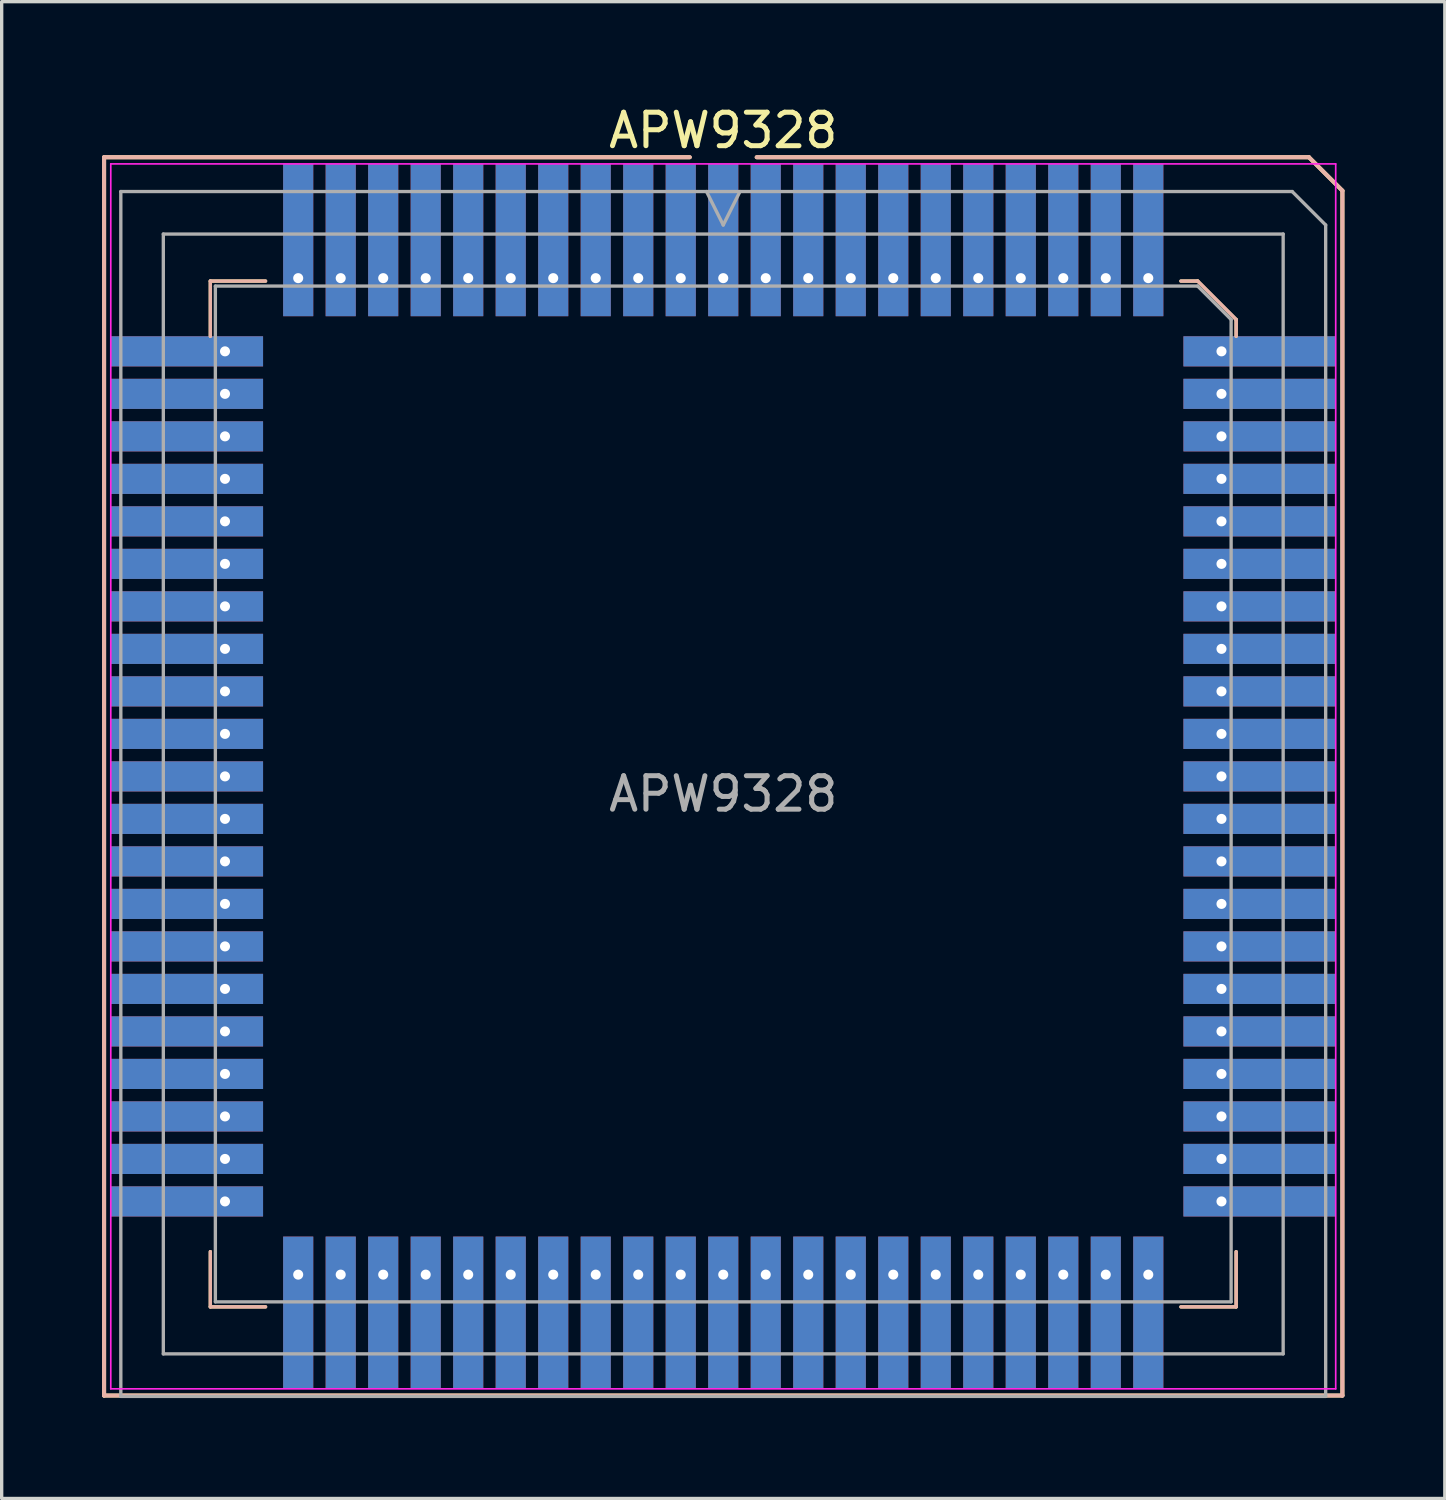
<source format=kicad_pcb>
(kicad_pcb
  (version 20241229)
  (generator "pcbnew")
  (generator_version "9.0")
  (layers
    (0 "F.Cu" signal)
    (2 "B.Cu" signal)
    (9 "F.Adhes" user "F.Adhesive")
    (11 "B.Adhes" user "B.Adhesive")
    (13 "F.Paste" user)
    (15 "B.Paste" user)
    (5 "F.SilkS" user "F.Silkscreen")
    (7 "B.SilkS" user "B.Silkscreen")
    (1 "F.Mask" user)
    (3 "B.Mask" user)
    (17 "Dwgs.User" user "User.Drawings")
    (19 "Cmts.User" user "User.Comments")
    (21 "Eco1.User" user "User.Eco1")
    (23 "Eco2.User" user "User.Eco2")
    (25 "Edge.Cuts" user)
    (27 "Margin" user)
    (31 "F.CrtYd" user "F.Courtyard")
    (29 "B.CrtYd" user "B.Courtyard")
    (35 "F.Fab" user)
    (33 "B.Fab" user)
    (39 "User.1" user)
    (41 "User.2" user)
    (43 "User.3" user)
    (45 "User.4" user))
  (footprint "APW9328"
    (layer "F.Cu")
    (at 18.56 20.148)
    (property "Reference" "APW9328" (at 0 -19.3 180) (layer "F.SilkS") (effects (font (size 1 1) (thickness 0.15))))
    (attr smd)
    (fp_line (start -18.5 -18.5) (end -1 -18.5) (stroke (width 0.12) (type solid)) (layer "F.SilkS"))
    (fp_line (start -18.5 18.5) (end -18.5 -18.5) (stroke (width 0.12) (type solid)) (layer "F.SilkS"))
    (fp_line (start -15.325 -14.8) (end -15.325 -13.15) (stroke (width 0.1) (type solid)) (layer "F.SilkS"))
    (fp_line (start -15.325 15.85) (end -15.325 14.2) (stroke (width 0.1) (type solid)) (layer "F.SilkS"))
    (fp_line (start -13.675 -14.8) (end -15.325 -14.8) (stroke (width 0.1) (type solid)) (layer "F.SilkS"))
    (fp_line (start -13.675 15.85) (end -15.325 15.85) (stroke (width 0.1) (type solid)) (layer "F.SilkS"))
    (fp_line (start 1 -18.5) (end 17.5 -18.5) (stroke (width 0.12) (type solid)) (layer "F.SilkS"))
    (fp_line (start 13.675 -14.8) (end 14.175 -14.8) (stroke (width 0.1) (type solid)) (layer "F.SilkS"))
    (fp_line (start 13.675 15.85) (end 15.325 15.85) (stroke (width 0.1) (type solid)) (layer "F.SilkS"))
    (fp_line (start 14.175 -14.8) (end 15.325 -13.65) (stroke (width 0.1) (type solid)) (layer "F.SilkS"))
    (fp_line (start 15.325 -13.65) (end 15.325 -13.15) (stroke (width 0.1) (type solid)) (layer "F.SilkS"))
    (fp_line (start 15.325 15.85) (end 15.325 14.2) (stroke (width 0.1) (type solid)) (layer "F.SilkS"))
    (fp_line (start 17.5 -18.5) (end 18.5 -17.5) (stroke (width 0.12) (type solid)) (layer "F.SilkS"))
    (fp_line (start 18.5 -17.5) (end 18.5 18.5) (stroke (width 0.12) (type solid)) (layer "F.SilkS"))
    (fp_line (start 18.5 18.5) (end -18.5 18.5) (stroke (width 0.12) (type solid)) (layer "F.SilkS"))
    (fp_line (start -18.5 -18.5) (end -1 -18.5) (stroke (width 0.12) (type solid)) (layer "B.SilkS"))
    (fp_line (start -18.5 18.5) (end -18.5 -18.5) (stroke (width 0.12) (type solid)) (layer "B.SilkS"))
    (fp_line (start -15.325 -14.8) (end -15.325 -13.15) (stroke (width 0.1) (type solid)) (layer "B.SilkS"))
    (fp_line (start -15.325 15.85) (end -15.325 14.2) (stroke (width 0.1) (type solid)) (layer "B.SilkS"))
    (fp_line (start -13.675 -14.8) (end -15.325 -14.8) (stroke (width 0.1) (type solid)) (layer "B.SilkS"))
    (fp_line (start -13.675 15.85) (end -15.325 15.85) (stroke (width 0.1) (type solid)) (layer "B.SilkS"))
    (fp_line (start 1 -18.5) (end 17.5 -18.5) (stroke (width 0.12) (type solid)) (layer "B.SilkS"))
    (fp_line (start 13.675 -14.8) (end 14.175 -14.8) (stroke (width 0.1) (type solid)) (layer "B.SilkS"))
    (fp_line (start 13.675 15.85) (end 15.325 15.85) (stroke (width 0.1) (type solid)) (layer "B.SilkS"))
    (fp_line (start 14.175 -14.8) (end 15.325 -13.65) (stroke (width 0.1) (type solid)) (layer "B.SilkS"))
    (fp_line (start 15.325 -13.65) (end 15.325 -13.15) (stroke (width 0.1) (type solid)) (layer "B.SilkS"))
    (fp_line (start 15.325 15.85) (end 15.325 14.2) (stroke (width 0.1) (type solid)) (layer "B.SilkS"))
    (fp_line (start 17.5 -18.5) (end 18.5 -17.5) (stroke (width 0.12) (type solid)) (layer "B.SilkS"))
    (fp_line (start 18.5 -17.5) (end 18.5 18.5) (stroke (width 0.12) (type solid)) (layer "B.SilkS"))
    (fp_line (start 18.5 18.5) (end -18.5 18.5) (stroke (width 0.12) (type solid)) (layer "B.SilkS"))
    (fp_line (start -18.3 -18.3) (end 18.3 -18.3) (stroke (width 0.05) (type solid)) (layer "F.CrtYd"))
    (fp_line (start -18.3 18.3) (end -18.3 -18.3) (stroke (width 0.05) (type solid)) (layer "F.CrtYd"))
    (fp_line (start 18.3 -18.3) (end 18.3 18.3) (stroke (width 0.05) (type solid)) (layer "F.CrtYd"))
    (fp_line (start 18.3 18.3) (end -18.3 18.3) (stroke (width 0.05) (type solid)) (layer "F.CrtYd"))
    (fp_line (start -18 -17.475) (end 17 -17.475) (stroke (width 0.1) (type solid)) (layer "F.Fab"))
    (fp_line (start -18 18.525) (end -18 -17.475) (stroke (width 0.1) (type solid)) (layer "F.Fab"))
    (fp_line (start -16.73 -16.205) (end 16.73 -16.205) (stroke (width 0.1) (type solid)) (layer "F.Fab"))
    (fp_line (start -16.73 17.255) (end -16.73 -16.205) (stroke (width 0.1) (type solid)) (layer "F.Fab"))
    (fp_line (start -15.175 -14.65) (end 14.175 -14.65) (stroke (width 0.1) (type solid)) (layer "F.Fab"))
    (fp_line (start -15.175 15.7) (end -15.175 -14.65) (stroke (width 0.1) (type solid)) (layer "F.Fab"))
    (fp_line (start 0 -16.475) (end -0.5 -17.475) (stroke (width 0.1) (type solid)) (layer "F.Fab"))
    (fp_line (start 0.5 -17.475) (end 0 -16.475) (stroke (width 0.1) (type solid)) (layer "F.Fab"))
    (fp_line (start 14.175 -14.65) (end 15.175 -13.65) (stroke (width 0.1) (type solid)) (layer "F.Fab"))
    (fp_line (start 15.175 -13.65) (end 15.175 15.7) (stroke (width 0.1) (type solid)) (layer "F.Fab"))
    (fp_line (start 15.175 15.7) (end -15.175 15.7) (stroke (width 0.1) (type solid)) (layer "F.Fab"))
    (fp_line (start 16.73 -16.205) (end 16.73 17.255) (stroke (width 0.1) (type solid)) (layer "F.Fab"))
    (fp_line (start 16.73 17.255) (end -16.73 17.255) (stroke (width 0.1) (type solid)) (layer "F.Fab"))
    (fp_line (start 17 -17.475) (end 18 -16.475) (stroke (width 0.1) (type solid)) (layer "F.Fab"))
    (fp_line (start 18 -16.475) (end 18 18.525) (stroke (width 0.1) (type solid)) (layer "F.Fab"))
    (fp_line (start 18 18.525) (end -18 18.525) (stroke (width 0.1) (type solid)) (layer "F.Fab"))
    (fp_text user "${REFERENCE}" (at 0 0.525 180) (layer "F.Fab") (effects (font (size 1 1) (thickness 0.15))))
    (pad "1" thru_hole rect (at 0 -14.887) (size 0.9 4.55) (drill 0.3 (offset 0 -1.138)) (layers "*.Cu" "*.Mask"))
    (pad "2" thru_hole rect (at 1.27 -14.887) (size 0.9 4.55) (drill 0.3 (offset 0 -1.138)) (layers "*.Cu" "*.Mask"))
    (pad "3" thru_hole rect (at 2.54 -14.887) (size 0.9 4.55) (drill 0.3 (offset 0 -1.138)) (layers "*.Cu" "*.Mask"))
    (pad "4" thru_hole rect (at 3.81 -14.887) (size 0.9 4.55) (drill 0.3 (offset 0 -1.138)) (layers "*.Cu" "*.Mask"))
    (pad "5" thru_hole rect (at 5.08 -14.887) (size 0.9 4.55) (drill 0.3 (offset 0 -1.138)) (layers "*.Cu" "*.Mask"))
    (pad "6" thru_hole rect (at 6.35 -14.887) (size 0.9 4.55) (drill 0.3 (offset 0 -1.138)) (layers "*.Cu" "*.Mask"))
    (pad "7" thru_hole rect (at 7.62 -14.887) (size 0.9 4.55) (drill 0.3 (offset 0 -1.138)) (layers "*.Cu" "*.Mask"))
    (pad "8" thru_hole rect (at 8.89 -14.887) (size 0.9 4.55) (drill 0.3 (offset 0 -1.138)) (layers "*.Cu" "*.Mask"))
    (pad "9" thru_hole rect (at 10.16 -14.887) (size 0.9 4.55) (drill 0.3 (offset 0 -1.138)) (layers "*.Cu" "*.Mask"))
    (pad "10" thru_hole rect (at 11.43 -14.887) (size 0.9 4.55) (drill 0.3 (offset 0 -1.138)) (layers "*.Cu" "*.Mask"))
    (pad "11" thru_hole rect (at 12.7 -14.887) (size 0.9 4.55) (drill 0.3 (offset 0 -1.138)) (layers "*.Cu" "*.Mask"))
    (pad "12" thru_hole rect (at 14.887 -12.7) (size 4.55 0.9) (drill 0.3 (offset 1.138 0)) (layers "*.Cu" "*.Mask"))
    (pad "13" thru_hole rect (at 14.887 -11.43) (size 4.55 0.9) (drill 0.3 (offset 1.138 0)) (layers "*.Cu" "*.Mask"))
    (pad "14" thru_hole rect (at 14.887 -10.16) (size 4.55 0.9) (drill 0.3 (offset 1.138 0)) (layers "*.Cu" "*.Mask"))
    (pad "15" thru_hole rect (at 14.887 -8.89) (size 4.55 0.9) (drill 0.3 (offset 1.138 0)) (layers "*.Cu" "*.Mask"))
    (pad "16" thru_hole rect (at 14.887 -7.62) (size 4.55 0.9) (drill 0.3 (offset 1.138 0)) (layers "*.Cu" "*.Mask"))
    (pad "17" thru_hole rect (at 14.887 -6.35) (size 4.55 0.9) (drill 0.3 (offset 1.138 0)) (layers "*.Cu" "*.Mask"))
    (pad "18" thru_hole rect (at 14.887 -5.08) (size 4.55 0.9) (drill 0.3 (offset 1.138 0)) (layers "*.Cu" "*.Mask"))
    (pad "19" thru_hole rect (at 14.887 -3.81) (size 4.55 0.9) (drill 0.3 (offset 1.138 0)) (layers "*.Cu" "*.Mask"))
    (pad "20" thru_hole rect (at 14.887 -2.54) (size 4.55 0.9) (drill 0.3 (offset 1.138 0)) (layers "*.Cu" "*.Mask"))
    (pad "21" thru_hole rect (at 14.887 -1.27) (size 4.55 0.9) (drill 0.3 (offset 1.138 0)) (layers "*.Cu" "*.Mask"))
    (pad "22" thru_hole rect (at 14.887 0) (size 4.55 0.9) (drill 0.3 (offset 1.138 0)) (layers "*.Cu" "*.Mask"))
    (pad "23" thru_hole rect (at 14.887 1.27) (size 4.55 0.9) (drill 0.3 (offset 1.138 0)) (layers "*.Cu" "*.Mask"))
    (pad "24" thru_hole rect (at 14.887 2.54) (size 4.55 0.9) (drill 0.3 (offset 1.138 0)) (layers "*.Cu" "*.Mask"))
    (pad "25" thru_hole rect (at 14.887 3.81) (size 4.55 0.9) (drill 0.3 (offset 1.138 0)) (layers "*.Cu" "*.Mask"))
    (pad "26" thru_hole rect (at 14.887 5.08) (size 4.55 0.9) (drill 0.3 (offset 1.138 0)) (layers "*.Cu" "*.Mask"))
    (pad "27" thru_hole rect (at 14.887 6.35) (size 4.55 0.9) (drill 0.3 (offset 1.138 0)) (layers "*.Cu" "*.Mask"))
    (pad "28" thru_hole rect (at 14.887 7.62) (size 4.55 0.9) (drill 0.3 (offset 1.138 0)) (layers "*.Cu" "*.Mask"))
    (pad "29" thru_hole rect (at 14.887 8.89) (size 4.55 0.9) (drill 0.3 (offset 1.138 0)) (layers "*.Cu" "*.Mask"))
    (pad "30" thru_hole rect (at 14.887 10.16) (size 4.55 0.9) (drill 0.3 (offset 1.138 0)) (layers "*.Cu" "*.Mask"))
    (pad "31" thru_hole rect (at 14.887 11.43) (size 4.55 0.9) (drill 0.3 (offset 1.138 0)) (layers "*.Cu" "*.Mask"))
    (pad "32" thru_hole rect (at 14.887 12.7) (size 4.55 0.9) (drill 0.3 (offset 1.138 0)) (layers "*.Cu" "*.Mask"))
    (pad "33" thru_hole rect (at 12.7 14.887) (size 0.9 4.55) (drill 0.3 (offset 0 1.138)) (layers "*.Cu" "*.Mask"))
    (pad "34" thru_hole rect (at 11.43 14.887) (size 0.9 4.55) (drill 0.3 (offset 0 1.138)) (layers "*.Cu" "*.Mask"))
    (pad "35" thru_hole rect (at 10.16 14.887) (size 0.9 4.55) (drill 0.3 (offset 0 1.138)) (layers "*.Cu" "*.Mask"))
    (pad "36" thru_hole rect (at 8.89 14.887) (size 0.9 4.55) (drill 0.3 (offset 0 1.138)) (layers "*.Cu" "*.Mask"))
    (pad "37" thru_hole rect (at 7.62 14.887) (size 0.9 4.55) (drill 0.3 (offset 0 1.138)) (layers "*.Cu" "*.Mask"))
    (pad "38" thru_hole rect (at 6.35 14.887) (size 0.9 4.55) (drill 0.3 (offset 0 1.138)) (layers "*.Cu" "*.Mask"))
    (pad "39" thru_hole rect (at 5.08 14.887) (size 0.9 4.55) (drill 0.3 (offset 0 1.138)) (layers "*.Cu" "*.Mask"))
    (pad "40" thru_hole rect (at 3.81 14.887) (size 0.9 4.55) (drill 0.3 (offset 0 1.138)) (layers "*.Cu" "*.Mask"))
    (pad "41" thru_hole rect (at 2.54 14.887) (size 0.9 4.55) (drill 0.3 (offset 0 1.138)) (layers "*.Cu" "*.Mask"))
    (pad "42" thru_hole rect (at 1.27 14.887) (size 0.9 4.55) (drill 0.3 (offset 0 1.138)) (layers "*.Cu" "*.Mask"))
    (pad "43" thru_hole rect (at 0 14.887) (size 0.9 4.55) (drill 0.3 (offset 0 1.138)) (layers "*.Cu" "*.Mask"))
    (pad "44" thru_hole rect (at -1.27 14.887) (size 0.9 4.55) (drill 0.3 (offset 0 1.138)) (layers "*.Cu" "*.Mask"))
    (pad "45" thru_hole rect (at -2.54 14.887) (size 0.9 4.55) (drill 0.3 (offset 0 1.138)) (layers "*.Cu" "*.Mask"))
    (pad "46" thru_hole rect (at -3.81 14.887) (size 0.9 4.55) (drill 0.3 (offset 0 1.138)) (layers "*.Cu" "*.Mask"))
    (pad "47" thru_hole rect (at -5.08 14.887) (size 0.9 4.55) (drill 0.3 (offset 0 1.138)) (layers "*.Cu" "*.Mask"))
    (pad "48" thru_hole rect (at -6.35 14.887) (size 0.9 4.55) (drill 0.3 (offset 0 1.138)) (layers "*.Cu" "*.Mask"))
    (pad "49" thru_hole rect (at -7.62 14.887) (size 0.9 4.55) (drill 0.3 (offset 0 1.138)) (layers "*.Cu" "*.Mask"))
    (pad "50" thru_hole rect (at -8.89 14.887) (size 0.9 4.55) (drill 0.3 (offset 0 1.138)) (layers "*.Cu" "*.Mask"))
    (pad "51" thru_hole rect (at -10.16 14.887) (size 0.9 4.55) (drill 0.3 (offset 0 1.138)) (layers "*.Cu" "*.Mask"))
    (pad "52" thru_hole rect (at -11.43 14.887) (size 0.9 4.55) (drill 0.3 (offset 0 1.138)) (layers "*.Cu" "*.Mask"))
    (pad "53" thru_hole rect (at -12.7 14.887) (size 0.9 4.55) (drill 0.3 (offset 0 1.138)) (layers "*.Cu" "*.Mask"))
    (pad "54" thru_hole rect (at -14.887 12.7) (size 4.55 0.9) (drill 0.3 (offset -1.138 0)) (layers "*.Cu" "*.Mask"))
    (pad "55" thru_hole rect (at -14.887 11.43) (size 4.55 0.9) (drill 0.3 (offset -1.138 0)) (layers "*.Cu" "*.Mask"))
    (pad "56" thru_hole rect (at -14.887 10.16) (size 4.55 0.9) (drill 0.3 (offset -1.138 0)) (layers "*.Cu" "*.Mask"))
    (pad "57" thru_hole rect (at -14.887 8.89) (size 4.55 0.9) (drill 0.3 (offset -1.138 0)) (layers "*.Cu" "*.Mask"))
    (pad "58" thru_hole rect (at -14.887 7.62) (size 4.55 0.9) (drill 0.3 (offset -1.138 0)) (layers "*.Cu" "*.Mask"))
    (pad "59" thru_hole rect (at -14.887 6.35) (size 4.55 0.9) (drill 0.3 (offset -1.138 0)) (layers "*.Cu" "*.Mask"))
    (pad "60" thru_hole rect (at -14.887 5.08) (size 4.55 0.9) (drill 0.3 (offset -1.138 0)) (layers "*.Cu" "*.Mask"))
    (pad "61" thru_hole rect (at -14.887 3.81) (size 4.55 0.9) (drill 0.3 (offset -1.138 0)) (layers "*.Cu" "*.Mask"))
    (pad "62" thru_hole rect (at -14.887 2.54) (size 4.55 0.9) (drill 0.3 (offset -1.138 0)) (layers "*.Cu" "*.Mask"))
    (pad "63" thru_hole rect (at -14.887 1.27) (size 4.55 0.9) (drill 0.3 (offset -1.138 0)) (layers "*.Cu" "*.Mask"))
    (pad "64" thru_hole rect (at -14.887 0) (size 4.55 0.9) (drill 0.3 (offset -1.138 0)) (layers "*.Cu" "*.Mask"))
    (pad "65" thru_hole rect (at -14.887 -1.27) (size 4.55 0.9) (drill 0.3 (offset -1.138 0)) (layers "*.Cu" "*.Mask"))
    (pad "66" thru_hole rect (at -14.887 -2.54) (size 4.55 0.9) (drill 0.3 (offset -1.138 0)) (layers "*.Cu" "*.Mask"))
    (pad "67" thru_hole rect (at -14.887 -3.81) (size 4.55 0.9) (drill 0.3 (offset -1.138 0)) (layers "*.Cu" "*.Mask"))
    (pad "68" thru_hole rect (at -14.887 -5.08) (size 4.55 0.9) (drill 0.3 (offset -1.138 0)) (layers "*.Cu" "*.Mask"))
    (pad "69" thru_hole rect (at -14.887 -6.35) (size 4.55 0.9) (drill 0.3 (offset -1.138 0)) (layers "*.Cu" "*.Mask"))
    (pad "70" thru_hole rect (at -14.887 -7.62) (size 4.55 0.9) (drill 0.3 (offset -1.138 0)) (layers "*.Cu" "*.Mask"))
    (pad "71" thru_hole rect (at -14.887 -8.89) (size 4.55 0.9) (drill 0.3 (offset -1.138 0)) (layers "*.Cu" "*.Mask"))
    (pad "72" thru_hole rect (at -14.887 -10.16) (size 4.55 0.9) (drill 0.3 (offset -1.138 0)) (layers "*.Cu" "*.Mask"))
    (pad "73" thru_hole rect (at -14.887 -11.43) (size 4.55 0.9) (drill 0.3 (offset -1.138 0)) (layers "*.Cu" "*.Mask"))
    (pad "74" thru_hole rect (at -14.887 -12.7) (size 4.55 0.9) (drill 0.3 (offset -1.138 0)) (layers "*.Cu" "*.Mask"))
    (pad "75" thru_hole rect (at -12.7 -14.887) (size 0.9 4.55) (drill 0.3 (offset 0 -1.138)) (layers "*.Cu" "*.Mask"))
    (pad "76" thru_hole rect (at -11.43 -14.887) (size 0.9 4.55) (drill 0.3 (offset 0 -1.138)) (layers "*.Cu" "*.Mask"))
    (pad "77" thru_hole rect (at -10.16 -14.887) (size 0.9 4.55) (drill 0.3 (offset 0 -1.138)) (layers "*.Cu" "*.Mask"))
    (pad "78" thru_hole rect (at -8.89 -14.887) (size 0.9 4.55) (drill 0.3 (offset 0 -1.138)) (layers "*.Cu" "*.Mask"))
    (pad "79" thru_hole rect (at -7.62 -14.887) (size 0.9 4.55) (drill 0.3 (offset 0 -1.138)) (layers "*.Cu" "*.Mask"))
    (pad "80" thru_hole rect (at -6.35 -14.887) (size 0.9 4.55) (drill 0.3 (offset 0 -1.138)) (layers "*.Cu" "*.Mask"))
    (pad "81" thru_hole rect (at -5.08 -14.887) (size 0.9 4.55) (drill 0.3 (offset 0 -1.138)) (layers "*.Cu" "*.Mask"))
    (pad "82" thru_hole rect (at -3.81 -14.887) (size 0.9 4.55) (drill 0.3 (offset 0 -1.138)) (layers "*.Cu" "*.Mask"))
    (pad "83" thru_hole rect (at -2.54 -14.887) (size 0.9 4.55) (drill 0.3 (offset 0 -1.138)) (layers "*.Cu" "*.Mask"))
    (pad "84" thru_hole rect (at -1.27 -14.887) (size 0.9 4.55) (drill 0.3 (offset 0 -1.138)) (layers "*.Cu" "*.Mask")))
  (gr_rect
    (start -3 -3)
    (end 40.12 41.723)
    (stroke (width 0.1) (type default))
    (fill no)
    (layer "Edge.Cuts")))
</source>
